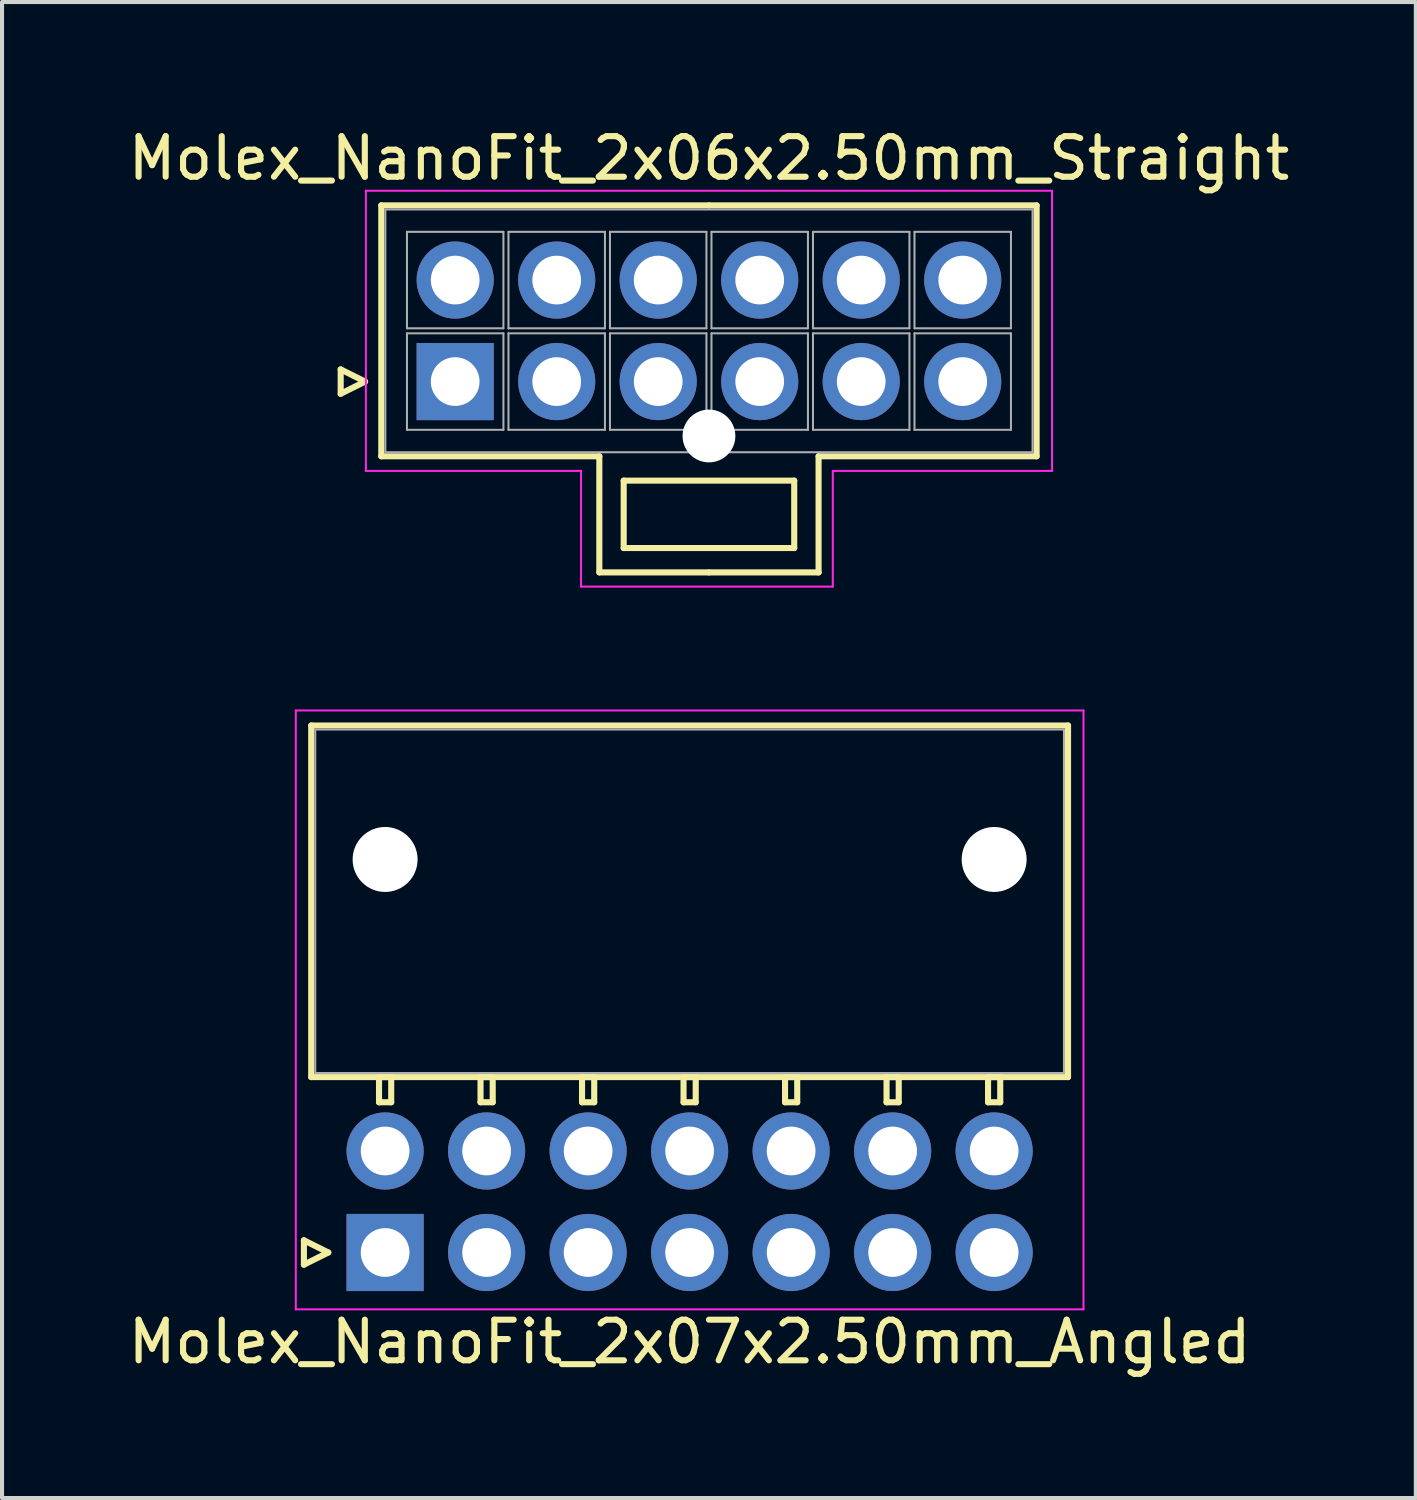
<source format=kicad_pcb>
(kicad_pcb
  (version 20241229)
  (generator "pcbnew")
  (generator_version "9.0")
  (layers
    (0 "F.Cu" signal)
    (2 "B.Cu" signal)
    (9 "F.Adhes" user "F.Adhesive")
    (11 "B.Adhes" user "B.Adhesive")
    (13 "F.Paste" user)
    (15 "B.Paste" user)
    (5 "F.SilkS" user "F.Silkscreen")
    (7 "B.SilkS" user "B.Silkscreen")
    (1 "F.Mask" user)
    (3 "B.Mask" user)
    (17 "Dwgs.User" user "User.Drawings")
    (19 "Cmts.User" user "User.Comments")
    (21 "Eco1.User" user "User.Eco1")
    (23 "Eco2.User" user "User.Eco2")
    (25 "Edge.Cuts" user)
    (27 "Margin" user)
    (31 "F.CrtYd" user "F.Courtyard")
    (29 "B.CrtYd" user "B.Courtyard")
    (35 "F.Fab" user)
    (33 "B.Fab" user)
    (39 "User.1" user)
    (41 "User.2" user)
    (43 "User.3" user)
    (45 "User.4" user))
  (footprint "Molex_NanoFit_2x07x2.50mm_Angled"
    (layer "F.Cu")
    (at 6.435 27.798)
    (property "Reference" "Molex_NanoFit_2x07x2.50mm_Angled" (at 7.5 2.2 0) (layer "F.SilkS") (effects (font (size 1 1) (thickness 0.15))))
    (attr through_hole)
    (fp_line (start -2 -0.3) (end -1.4 0) (stroke (width 0.15) (type solid)) (layer "F.SilkS"))
    (fp_line (start -2 0.3) (end -2 -0.3) (stroke (width 0.15) (type solid)) (layer "F.SilkS"))
    (fp_line (start -1.82 -12.98) (end -1.82 -4.32) (stroke (width 0.15) (type solid)) (layer "F.SilkS"))
    (fp_line (start -1.82 -4.32) (end 16.82 -4.32) (stroke (width 0.15) (type solid)) (layer "F.SilkS"))
    (fp_line (start -1.4 0) (end -2 0.3) (stroke (width 0.15) (type solid)) (layer "F.SilkS"))
    (fp_line (start -0.15 -4.32) (end -0.15 -3.7) (stroke (width 0.15) (type solid)) (layer "F.SilkS"))
    (fp_line (start -0.15 -3.7) (end 0.15 -3.7) (stroke (width 0.15) (type solid)) (layer "F.SilkS"))
    (fp_line (start 0.15 -4.32) (end -0.15 -4.32) (stroke (width 0.15) (type solid)) (layer "F.SilkS"))
    (fp_line (start 0.15 -3.7) (end 0.15 -4.32) (stroke (width 0.15) (type solid)) (layer "F.SilkS"))
    (fp_line (start 2.35 -4.32) (end 2.35 -3.7) (stroke (width 0.15) (type solid)) (layer "F.SilkS"))
    (fp_line (start 2.35 -3.7) (end 2.65 -3.7) (stroke (width 0.15) (type solid)) (layer "F.SilkS"))
    (fp_line (start 2.65 -4.32) (end 2.35 -4.32) (stroke (width 0.15) (type solid)) (layer "F.SilkS"))
    (fp_line (start 2.65 -3.7) (end 2.65 -4.32) (stroke (width 0.15) (type solid)) (layer "F.SilkS"))
    (fp_line (start 4.85 -4.32) (end 4.85 -3.7) (stroke (width 0.15) (type solid)) (layer "F.SilkS"))
    (fp_line (start 4.85 -3.7) (end 5.15 -3.7) (stroke (width 0.15) (type solid)) (layer "F.SilkS"))
    (fp_line (start 5.15 -4.32) (end 4.85 -4.32) (stroke (width 0.15) (type solid)) (layer "F.SilkS"))
    (fp_line (start 5.15 -3.7) (end 5.15 -4.32) (stroke (width 0.15) (type solid)) (layer "F.SilkS"))
    (fp_line (start 7.35 -4.32) (end 7.35 -3.7) (stroke (width 0.15) (type solid)) (layer "F.SilkS"))
    (fp_line (start 7.35 -3.7) (end 7.65 -3.7) (stroke (width 0.15) (type solid)) (layer "F.SilkS"))
    (fp_line (start 7.65 -4.32) (end 7.35 -4.32) (stroke (width 0.15) (type solid)) (layer "F.SilkS"))
    (fp_line (start 7.65 -3.7) (end 7.65 -4.32) (stroke (width 0.15) (type solid)) (layer "F.SilkS"))
    (fp_line (start 9.85 -4.32) (end 9.85 -3.7) (stroke (width 0.15) (type solid)) (layer "F.SilkS"))
    (fp_line (start 9.85 -3.7) (end 10.15 -3.7) (stroke (width 0.15) (type solid)) (layer "F.SilkS"))
    (fp_line (start 10.15 -4.32) (end 9.85 -4.32) (stroke (width 0.15) (type solid)) (layer "F.SilkS"))
    (fp_line (start 10.15 -3.7) (end 10.15 -4.32) (stroke (width 0.15) (type solid)) (layer "F.SilkS"))
    (fp_line (start 12.35 -4.32) (end 12.35 -3.7) (stroke (width 0.15) (type solid)) (layer "F.SilkS"))
    (fp_line (start 12.35 -3.7) (end 12.65 -3.7) (stroke (width 0.15) (type solid)) (layer "F.SilkS"))
    (fp_line (start 12.65 -4.32) (end 12.35 -4.32) (stroke (width 0.15) (type solid)) (layer "F.SilkS"))
    (fp_line (start 12.65 -3.7) (end 12.65 -4.32) (stroke (width 0.15) (type solid)) (layer "F.SilkS"))
    (fp_line (start 14.85 -4.32) (end 14.85 -3.7) (stroke (width 0.15) (type solid)) (layer "F.SilkS"))
    (fp_line (start 14.85 -3.7) (end 15.15 -3.7) (stroke (width 0.15) (type solid)) (layer "F.SilkS"))
    (fp_line (start 15.15 -4.32) (end 14.85 -4.32) (stroke (width 0.15) (type solid)) (layer "F.SilkS"))
    (fp_line (start 15.15 -3.7) (end 15.15 -4.32) (stroke (width 0.15) (type solid)) (layer "F.SilkS"))
    (fp_line (start 16.82 -12.98) (end -1.82 -12.98) (stroke (width 0.15) (type solid)) (layer "F.SilkS"))
    (fp_line (start 16.82 -4.32) (end 16.82 -12.98) (stroke (width 0.15) (type solid)) (layer "F.SilkS"))
    (fp_line (start -2.2 -13.35) (end -2.2 1.4) (stroke (width 0.05) (type solid)) (layer "F.CrtYd"))
    (fp_line (start -2.2 1.4) (end 17.2 1.4) (stroke (width 0.05) (type solid)) (layer "F.CrtYd"))
    (fp_line (start 17.2 -13.35) (end -2.2 -13.35) (stroke (width 0.05) (type solid)) (layer "F.CrtYd"))
    (fp_line (start 17.2 1.4) (end 17.2 -13.35) (stroke (width 0.05) (type solid)) (layer "F.CrtYd"))
    (fp_line (start -1.72 -12.88) (end -1.72 -4.42) (stroke (width 0.05) (type solid)) (layer "F.Fab"))
    (fp_line (start -1.72 -4.42) (end 16.72 -4.42) (stroke (width 0.05) (type solid)) (layer "F.Fab"))
    (fp_line (start 16.72 -12.88) (end -1.72 -12.88) (stroke (width 0.05) (type solid)) (layer "F.Fab"))
    (fp_line (start 16.72 -4.42) (end 16.72 -12.88) (stroke (width 0.05) (type solid)) (layer "F.Fab"))
    (pad "" np_thru_hole circle (at 0 -9.68) (size 1.6 1.6) (drill 1.6) (layers "*.Cu"))
    (pad "" np_thru_hole circle (at 15 -9.68) (size 1.6 1.6) (drill 1.6) (layers "*.Cu"))
    (pad "1" thru_hole rect (at 0 0) (size 1.9 1.9) (drill 1.2) (layers "*.Cu" "*.Mask"))
    (pad "2" thru_hole circle (at 2.5 0) (size 1.9 1.9) (drill 1.2) (layers "*.Cu" "*.Mask"))
    (pad "3" thru_hole circle (at 5 0) (size 1.9 1.9) (drill 1.2) (layers "*.Cu" "*.Mask"))
    (pad "4" thru_hole circle (at 7.5 0) (size 1.9 1.9) (drill 1.2) (layers "*.Cu" "*.Mask"))
    (pad "5" thru_hole circle (at 10 0) (size 1.9 1.9) (drill 1.2) (layers "*.Cu" "*.Mask"))
    (pad "6" thru_hole circle (at 12.5 0) (size 1.9 1.9) (drill 1.2) (layers "*.Cu" "*.Mask"))
    (pad "7" thru_hole circle (at 15 0) (size 1.9 1.9) (drill 1.2) (layers "*.Cu" "*.Mask"))
    (pad "8" thru_hole circle (at 0 -2.5) (size 1.9 1.9) (drill 1.2) (layers "*.Cu" "*.Mask"))
    (pad "9" thru_hole circle (at 2.5 -2.5) (size 1.9 1.9) (drill 1.2) (layers "*.Cu" "*.Mask"))
    (pad "10" thru_hole circle (at 5 -2.5) (size 1.9 1.9) (drill 1.2) (layers "*.Cu" "*.Mask"))
    (pad "11" thru_hole circle (at 7.5 -2.5) (size 1.9 1.9) (drill 1.2) (layers "*.Cu" "*.Mask"))
    (pad "12" thru_hole circle (at 10 -2.5) (size 1.9 1.9) (drill 1.2) (layers "*.Cu" "*.Mask"))
    (pad "13" thru_hole circle (at 12.5 -2.5) (size 1.9 1.9) (drill 1.2) (layers "*.Cu" "*.Mask"))
    (pad "14" thru_hole circle (at 15 -2.5) (size 1.9 1.9) (drill 1.2) (layers "*.Cu" "*.Mask")))
  (footprint "Molex_NanoFit_2x06x2.50mm_Straight"
    (layer "F.Cu")
    (at 8.161 6.348)
    (property "Reference" "Molex_NanoFit_2x06x2.50mm_Straight" (at 6.25 -5.5 0) (layer "F.SilkS") (effects (font (size 1 1) (thickness 0.15))))
    (attr through_hole)
    (fp_line (start -2.82 -0.3) (end -2.22 0) (stroke (width 0.15) (type solid)) (layer "F.SilkS"))
    (fp_line (start -2.82 0.3) (end -2.82 -0.3) (stroke (width 0.15) (type solid)) (layer "F.SilkS"))
    (fp_line (start -2.22 0) (end -2.82 0.3) (stroke (width 0.15) (type solid)) (layer "F.SilkS"))
    (fp_line (start -1.82 -4.34) (end -1.82 1.84) (stroke (width 0.15) (type solid)) (layer "F.SilkS"))
    (fp_line (start -1.82 1.84) (end 3.55 1.84) (stroke (width 0.15) (type solid)) (layer "F.SilkS"))
    (fp_line (start 3.55 1.84) (end 3.55 4.7) (stroke (width 0.15) (type solid)) (layer "F.SilkS"))
    (fp_line (start 3.55 4.7) (end 6.25 4.7) (stroke (width 0.15) (type solid)) (layer "F.SilkS"))
    (fp_line (start 4.15 2.44) (end 4.15 4.1) (stroke (width 0.15) (type solid)) (layer "F.SilkS"))
    (fp_line (start 4.15 4.1) (end 8.35 4.1) (stroke (width 0.15) (type solid)) (layer "F.SilkS"))
    (fp_line (start 6.25 -4.34) (end -1.82 -4.34) (stroke (width 0.15) (type solid)) (layer "F.SilkS"))
    (fp_line (start 6.25 -4.34) (end 14.32 -4.34) (stroke (width 0.15) (type solid)) (layer "F.SilkS"))
    (fp_line (start 8.35 2.44) (end 4.15 2.44) (stroke (width 0.15) (type solid)) (layer "F.SilkS"))
    (fp_line (start 8.35 4.1) (end 8.35 2.44) (stroke (width 0.15) (type solid)) (layer "F.SilkS"))
    (fp_line (start 8.95 1.84) (end 8.95 4.7) (stroke (width 0.15) (type solid)) (layer "F.SilkS"))
    (fp_line (start 8.95 4.7) (end 6.25 4.7) (stroke (width 0.15) (type solid)) (layer "F.SilkS"))
    (fp_line (start 14.32 -4.34) (end 14.32 1.84) (stroke (width 0.15) (type solid)) (layer "F.SilkS"))
    (fp_line (start 14.32 1.84) (end 8.95 1.84) (stroke (width 0.15) (type solid)) (layer "F.SilkS"))
    (fp_line (start -2.2 -4.7) (end -2.2 2.2) (stroke (width 0.05) (type solid)) (layer "F.CrtYd"))
    (fp_line (start -2.2 2.2) (end 3.1 2.2) (stroke (width 0.05) (type solid)) (layer "F.CrtYd"))
    (fp_line (start 3.1 2.2) (end 3.1 5.05) (stroke (width 0.05) (type solid)) (layer "F.CrtYd"))
    (fp_line (start 3.1 5.05) (end 9.3 5.05) (stroke (width 0.05) (type solid)) (layer "F.CrtYd"))
    (fp_line (start 9.3 2.2) (end 14.7 2.2) (stroke (width 0.05) (type solid)) (layer "F.CrtYd"))
    (fp_line (start 9.3 5.05) (end 9.3 2.2) (stroke (width 0.05) (type solid)) (layer "F.CrtYd"))
    (fp_line (start 14.7 -4.7) (end -2.2 -4.7) (stroke (width 0.05) (type solid)) (layer "F.CrtYd"))
    (fp_line (start 14.7 2.2) (end 14.7 -4.7) (stroke (width 0.05) (type solid)) (layer "F.CrtYd"))
    (fp_line (start -1.72 -4.24) (end -1.72 1.74) (stroke (width 0.05) (type solid)) (layer "F.Fab"))
    (fp_line (start -1.72 1.74) (end 14.22 1.74) (stroke (width 0.05) (type solid)) (layer "F.Fab"))
    (fp_line (start -1.188 -3.688) (end -1.188 -1.312) (stroke (width 0.05) (type solid)) (layer "F.Fab"))
    (fp_line (start -1.188 -1.312) (end 1.188 -1.312) (stroke (width 0.05) (type solid)) (layer "F.Fab"))
    (fp_line (start -1.188 -1.188) (end -1.188 1.188) (stroke (width 0.05) (type solid)) (layer "F.Fab"))
    (fp_line (start -1.188 1.188) (end 1.188 1.188) (stroke (width 0.05) (type solid)) (layer "F.Fab"))
    (fp_line (start 1.188 -3.688) (end -1.188 -3.688) (stroke (width 0.05) (type solid)) (layer "F.Fab"))
    (fp_line (start 1.188 -1.312) (end 1.188 -3.688) (stroke (width 0.05) (type solid)) (layer "F.Fab"))
    (fp_line (start 1.188 -1.188) (end -1.188 -1.188) (stroke (width 0.05) (type solid)) (layer "F.Fab"))
    (fp_line (start 1.188 1.188) (end 1.188 -1.188) (stroke (width 0.05) (type solid)) (layer "F.Fab"))
    (fp_line (start 1.312 -3.688) (end 1.312 -1.312) (stroke (width 0.05) (type solid)) (layer "F.Fab"))
    (fp_line (start 1.312 -1.312) (end 3.688 -1.312) (stroke (width 0.05) (type solid)) (layer "F.Fab"))
    (fp_line (start 1.312 -1.188) (end 1.312 1.188) (stroke (width 0.05) (type solid)) (layer "F.Fab"))
    (fp_line (start 1.312 1.188) (end 3.688 1.188) (stroke (width 0.05) (type solid)) (layer "F.Fab"))
    (fp_line (start 3.688 -3.688) (end 1.312 -3.688) (stroke (width 0.05) (type solid)) (layer "F.Fab"))
    (fp_line (start 3.688 -1.312) (end 3.688 -3.688) (stroke (width 0.05) (type solid)) (layer "F.Fab"))
    (fp_line (start 3.688 -1.188) (end 1.312 -1.188) (stroke (width 0.05) (type solid)) (layer "F.Fab"))
    (fp_line (start 3.688 1.188) (end 3.688 -1.188) (stroke (width 0.05) (type solid)) (layer "F.Fab"))
    (fp_line (start 3.812 -3.688) (end 3.812 -1.312) (stroke (width 0.05) (type solid)) (layer "F.Fab"))
    (fp_line (start 3.812 -1.312) (end 6.188 -1.312) (stroke (width 0.05) (type solid)) (layer "F.Fab"))
    (fp_line (start 3.812 -1.188) (end 3.812 1.188) (stroke (width 0.05) (type solid)) (layer "F.Fab"))
    (fp_line (start 3.812 1.188) (end 6.188 1.188) (stroke (width 0.05) (type solid)) (layer "F.Fab"))
    (fp_line (start 6.188 -3.688) (end 3.812 -3.688) (stroke (width 0.05) (type solid)) (layer "F.Fab"))
    (fp_line (start 6.188 -1.312) (end 6.188 -3.688) (stroke (width 0.05) (type solid)) (layer "F.Fab"))
    (fp_line (start 6.188 -1.188) (end 3.812 -1.188) (stroke (width 0.05) (type solid)) (layer "F.Fab"))
    (fp_line (start 6.188 1.188) (end 6.188 -1.188) (stroke (width 0.05) (type solid)) (layer "F.Fab"))
    (fp_line (start 6.312 -3.688) (end 6.312 -1.312) (stroke (width 0.05) (type solid)) (layer "F.Fab"))
    (fp_line (start 6.312 -1.312) (end 8.688 -1.312) (stroke (width 0.05) (type solid)) (layer "F.Fab"))
    (fp_line (start 6.312 -1.188) (end 6.312 1.188) (stroke (width 0.05) (type solid)) (layer "F.Fab"))
    (fp_line (start 6.312 1.188) (end 8.688 1.188) (stroke (width 0.05) (type solid)) (layer "F.Fab"))
    (fp_line (start 8.688 -3.688) (end 6.312 -3.688) (stroke (width 0.05) (type solid)) (layer "F.Fab"))
    (fp_line (start 8.688 -1.312) (end 8.688 -3.688) (stroke (width 0.05) (type solid)) (layer "F.Fab"))
    (fp_line (start 8.688 -1.188) (end 6.312 -1.188) (stroke (width 0.05) (type solid)) (layer "F.Fab"))
    (fp_line (start 8.688 1.188) (end 8.688 -1.188) (stroke (width 0.05) (type solid)) (layer "F.Fab"))
    (fp_line (start 8.812 -3.688) (end 8.812 -1.312) (stroke (width 0.05) (type solid)) (layer "F.Fab"))
    (fp_line (start 8.812 -1.312) (end 11.188 -1.312) (stroke (width 0.05) (type solid)) (layer "F.Fab"))
    (fp_line (start 8.812 -1.188) (end 8.812 1.188) (stroke (width 0.05) (type solid)) (layer "F.Fab"))
    (fp_line (start 8.812 1.188) (end 11.188 1.188) (stroke (width 0.05) (type solid)) (layer "F.Fab"))
    (fp_line (start 11.188 -3.688) (end 8.812 -3.688) (stroke (width 0.05) (type solid)) (layer "F.Fab"))
    (fp_line (start 11.188 -1.312) (end 11.188 -3.688) (stroke (width 0.05) (type solid)) (layer "F.Fab"))
    (fp_line (start 11.188 -1.188) (end 8.812 -1.188) (stroke (width 0.05) (type solid)) (layer "F.Fab"))
    (fp_line (start 11.188 1.188) (end 11.188 -1.188) (stroke (width 0.05) (type solid)) (layer "F.Fab"))
    (fp_line (start 11.312 -3.688) (end 11.312 -1.312) (stroke (width 0.05) (type solid)) (layer "F.Fab"))
    (fp_line (start 11.312 -1.312) (end 13.688 -1.312) (stroke (width 0.05) (type solid)) (layer "F.Fab"))
    (fp_line (start 11.312 -1.188) (end 11.312 1.188) (stroke (width 0.05) (type solid)) (layer "F.Fab"))
    (fp_line (start 11.312 1.188) (end 13.688 1.188) (stroke (width 0.05) (type solid)) (layer "F.Fab"))
    (fp_line (start 13.688 -3.688) (end 11.312 -3.688) (stroke (width 0.05) (type solid)) (layer "F.Fab"))
    (fp_line (start 13.688 -1.312) (end 13.688 -3.688) (stroke (width 0.05) (type solid)) (layer "F.Fab"))
    (fp_line (start 13.688 -1.188) (end 11.312 -1.188) (stroke (width 0.05) (type solid)) (layer "F.Fab"))
    (fp_line (start 13.688 1.188) (end 13.688 -1.188) (stroke (width 0.05) (type solid)) (layer "F.Fab"))
    (fp_line (start 14.22 -4.24) (end -1.72 -4.24) (stroke (width 0.05) (type solid)) (layer "F.Fab"))
    (fp_line (start 14.22 1.74) (end 14.22 -4.24) (stroke (width 0.05) (type solid)) (layer "F.Fab"))
    (pad "" np_thru_hole circle (at 6.25 1.34) (size 1.3 1.3) (drill 1.3) (layers "*.Cu"))
    (pad "1" thru_hole rect (at 0 0) (size 1.9 1.9) (drill 1.2) (layers "*.Cu" "*.Mask"))
    (pad "2" thru_hole circle (at 2.5 0) (size 1.9 1.9) (drill 1.2) (layers "*.Cu" "*.Mask"))
    (pad "3" thru_hole circle (at 5 0) (size 1.9 1.9) (drill 1.2) (layers "*.Cu" "*.Mask"))
    (pad "4" thru_hole circle (at 7.5 0) (size 1.9 1.9) (drill 1.2) (layers "*.Cu" "*.Mask"))
    (pad "5" thru_hole circle (at 10 0) (size 1.9 1.9) (drill 1.2) (layers "*.Cu" "*.Mask"))
    (pad "6" thru_hole circle (at 12.5 0) (size 1.9 1.9) (drill 1.2) (layers "*.Cu" "*.Mask"))
    (pad "7" thru_hole circle (at 0 -2.5) (size 1.9 1.9) (drill 1.2) (layers "*.Cu" "*.Mask"))
    (pad "8" thru_hole circle (at 2.5 -2.5) (size 1.9 1.9) (drill 1.2) (layers "*.Cu" "*.Mask"))
    (pad "9" thru_hole circle (at 5 -2.5) (size 1.9 1.9) (drill 1.2) (layers "*.Cu" "*.Mask"))
    (pad "10" thru_hole circle (at 7.5 -2.5) (size 1.9 1.9) (drill 1.2) (layers "*.Cu" "*.Mask"))
    (pad "11" thru_hole circle (at 10 -2.5) (size 1.9 1.9) (drill 1.2) (layers "*.Cu" "*.Mask"))
    (pad "12" thru_hole circle (at 12.5 -2.5) (size 1.9 1.9) (drill 1.2) (layers "*.Cu" "*.Mask")))
  (gr_rect
    (start -3 -3)
    (end 31.821 33.846)
    (stroke (width 0.1) (type default))
    (fill no)
    (layer "Edge.Cuts")))
</source>
